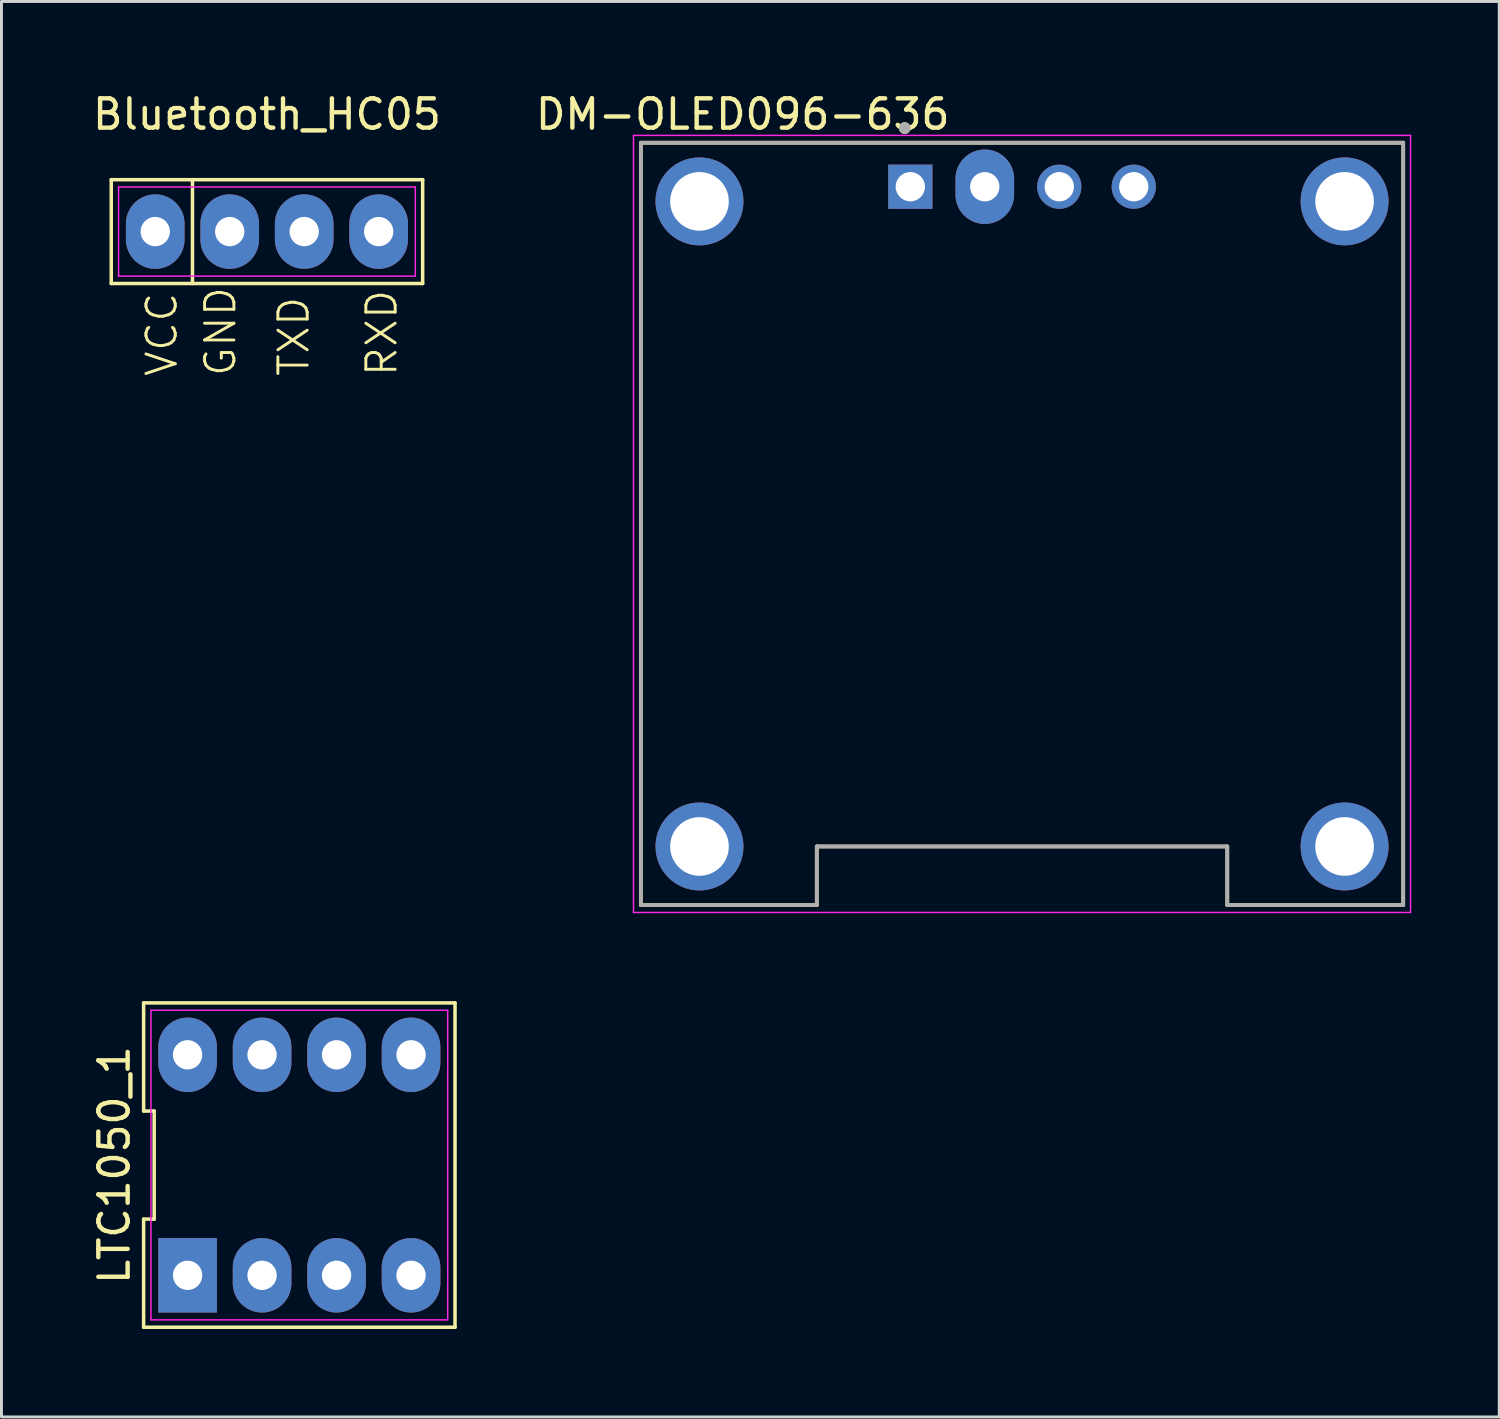
<source format=kicad_pcb>
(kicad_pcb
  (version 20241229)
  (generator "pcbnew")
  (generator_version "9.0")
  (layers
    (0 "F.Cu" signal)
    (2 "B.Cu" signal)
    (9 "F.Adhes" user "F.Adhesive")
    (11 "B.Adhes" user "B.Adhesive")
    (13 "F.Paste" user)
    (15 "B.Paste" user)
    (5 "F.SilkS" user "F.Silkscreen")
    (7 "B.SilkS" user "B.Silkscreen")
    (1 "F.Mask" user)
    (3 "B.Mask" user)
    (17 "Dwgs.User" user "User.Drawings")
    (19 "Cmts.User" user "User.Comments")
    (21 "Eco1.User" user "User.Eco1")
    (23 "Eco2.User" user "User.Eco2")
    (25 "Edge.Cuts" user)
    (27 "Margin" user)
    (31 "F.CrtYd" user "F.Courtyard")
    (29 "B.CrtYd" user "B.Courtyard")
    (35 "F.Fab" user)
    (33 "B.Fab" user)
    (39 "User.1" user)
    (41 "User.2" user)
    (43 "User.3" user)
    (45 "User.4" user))
  (footprint "LTC1050_1"
    (layer "F.Cu")
    (at 7.158 36.683)
    (property "Reference" "LTC1050_1" (at -6.31 0 90) (layer "F.SilkS") (effects (font (size 1 1) (thickness 0.15))))
    (attr through_hole)
    (fp_line (start -5.31 -5.53) (end -5.31 -1.843) (stroke (width 0.12) (type default)) (layer "F.SilkS"))
    (fp_line (start -5.31 -1.843) (end -4.95 -1.843) (stroke (width 0.12) (type default)) (layer "F.SilkS"))
    (fp_line (start -5.31 1.843) (end -5.31 5.53) (stroke (width 0.12) (type default)) (layer "F.SilkS"))
    (fp_line (start -5.31 5.53) (end 5.31 5.53) (stroke (width 0.12) (type default)) (layer "F.SilkS"))
    (fp_line (start -4.95 -1.843) (end -4.95 1.843) (stroke (width 0.12) (type default)) (layer "F.SilkS"))
    (fp_line (start -4.95 1.843) (end -5.31 1.843) (stroke (width 0.12) (type default)) (layer "F.SilkS"))
    (fp_line (start 5.31 -5.53) (end -5.31 -5.53) (stroke (width 0.12) (type default)) (layer "F.SilkS"))
    (fp_line (start 5.31 5.53) (end 5.31 -5.53) (stroke (width 0.12) (type default)) (layer "F.SilkS"))
    (fp_line (start -5.06 -5.28) (end 5.06 -5.28) (stroke (width 0.05) (type default)) (layer "F.CrtYd"))
    (fp_line (start -5.06 5.28) (end -5.06 -5.28) (stroke (width 0.05) (type default)) (layer "F.CrtYd"))
    (fp_line (start 5.06 -5.28) (end 5.06 5.28) (stroke (width 0.05) (type default)) (layer "F.CrtYd"))
    (fp_line (start 5.06 5.28) (end -5.06 5.28) (stroke (width 0.05) (type default)) (layer "F.CrtYd"))
    (pad "1" thru_hole rect (at -3.81 3.76) (size 2 2.54) (drill 1) (layers "*.Cu" "*.Mask"))
    (pad "2" thru_hole oval (at -1.27 3.76) (size 2 2.54) (drill 1) (layers "*.Cu" "*.Mask"))
    (pad "3" thru_hole oval (at 1.27 3.76) (size 2 2.54) (drill 1) (layers "*.Cu" "*.Mask"))
    (pad "4" thru_hole oval (at 3.81 3.76) (size 2 2.54) (drill 1) (layers "*.Cu" "*.Mask"))
    (pad "5" thru_hole oval (at 3.81 -3.76) (size 2 2.54) (drill 1) (layers "*.Cu" "*.Mask"))
    (pad "6" thru_hole oval (at 1.27 -3.76) (size 2 2.54) (drill 1) (layers "*.Cu" "*.Mask"))
    (pad "7" thru_hole oval (at -1.27 -3.76) (size 2 2.54) (drill 1) (layers "*.Cu" "*.Mask"))
    (pad "8" thru_hole oval (at -3.81 -3.76) (size 2 2.54) (drill 1) (layers "*.Cu" "*.Mask")))
  (footprint "DM-OLED096-636"
    (layer "F.Cu")
    (at 31.805 14.818)
    (property "Reference" "DM-OLED096-636" (at -9.525 -13.97 0) (layer "F.SilkS") (effects (font (size 1 1) (thickness 0.15))))
    (attr through_hole)
    (fp_line (start -13 -13) (end 13 -13) (stroke (width 0.127) (type solid)) (layer "F.SilkS"))
    (fp_line (start -13 13) (end -13 -13) (stroke (width 0.127) (type solid)) (layer "F.SilkS"))
    (fp_line (start -7 11) (end -7 13) (stroke (width 0.127) (type solid)) (layer "F.SilkS"))
    (fp_line (start -7 13) (end -13 13) (stroke (width 0.127) (type solid)) (layer "F.SilkS"))
    (fp_line (start 7 11) (end -7 11) (stroke (width 0.127) (type solid)) (layer "F.SilkS"))
    (fp_line (start 7 13) (end 7 11) (stroke (width 0.127) (type solid)) (layer "F.SilkS"))
    (fp_line (start 13 -13) (end 13 13) (stroke (width 0.127) (type solid)) (layer "F.SilkS"))
    (fp_line (start 13 13) (end 7 13) (stroke (width 0.127) (type solid)) (layer "F.SilkS"))
    (fp_circle (center -4 -13.5) (end -3.9 -13.5) (stroke (width 0.2) (type solid)) (fill no) (layer "F.SilkS"))
    (fp_line (start -13.25 -13.25) (end 13.25 -13.25) (stroke (width 0.05) (type solid)) (layer "F.CrtYd"))
    (fp_line (start -13.25 13.25) (end -13.25 -13.25) (stroke (width 0.05) (type solid)) (layer "F.CrtYd"))
    (fp_line (start 13.25 -13.25) (end 13.25 13.25) (stroke (width 0.05) (type solid)) (layer "F.CrtYd"))
    (fp_line (start 13.25 13.25) (end -13.25 13.25) (stroke (width 0.05) (type solid)) (layer "F.CrtYd"))
    (fp_line (start -13 -13) (end 13 -13) (stroke (width 0.127) (type solid)) (layer "F.Fab"))
    (fp_line (start -13 13) (end -13 -13) (stroke (width 0.127) (type solid)) (layer "F.Fab"))
    (fp_line (start -7 11) (end 7 11) (stroke (width 0.127) (type solid)) (layer "F.Fab"))
    (fp_line (start -7 13) (end -13 13) (stroke (width 0.127) (type solid)) (layer "F.Fab"))
    (fp_line (start -7 13) (end -7 11) (stroke (width 0.127) (type solid)) (layer "F.Fab"))
    (fp_line (start 7 11) (end 7 13) (stroke (width 0.127) (type solid)) (layer "F.Fab"))
    (fp_line (start 13 -13) (end 13 13) (stroke (width 0.127) (type solid)) (layer "F.Fab"))
    (fp_line (start 13 13) (end 7 13) (stroke (width 0.127) (type solid)) (layer "F.Fab"))
    (fp_circle (center -4 -13.5) (end -3.9 -13.5) (stroke (width 0.2) (type solid)) (fill no) (layer "F.Fab"))
    (pad "1" thru_hole rect (at -3.81 -11.5) (size 1.508 1.508) (drill 1) (layers "*.Cu" "*.Mask"))
    (pad "2" thru_hole oval (at -1.27 -11.5) (size 2 2.54) (drill 1) (layers "*.Cu" "*.Mask"))
    (pad "3" thru_hole circle (at 1.27 -11.5) (size 1.508 1.508) (drill 1) (layers "*.Cu" "*.Mask"))
    (pad "4" thru_hole circle (at 3.81 -11.5) (size 1.508 1.508) (drill 1) (layers "*.Cu" "*.Mask"))
    (pad "S1" thru_hole circle (at -11 -11) (size 3 3) (drill 2) (layers "*.Cu" "*.Mask"))
    (pad "S2" thru_hole circle (at 11 -11) (size 3 3) (drill 2) (layers "*.Cu" "*.Mask"))
    (pad "S3" thru_hole circle (at 11 11) (size 3 3) (drill 2) (layers "*.Cu" "*.Mask"))
    (pad "S4" thru_hole circle (at -11 11) (size 3 3) (drill 2) (layers "*.Cu" "*.Mask")))
  (footprint "Bluetooth_HC05"
    (layer "F.Cu")
    (at 6.054 4.848)
    (property "Reference" "Bluetooth_HC05" (at 0 -4 0) (layer "F.SilkS") (effects (font (size 1 1) (thickness 0.15))))
    (attr through_hole)
    (fp_line (start -5.31 -1.77) (end 5.31 -1.77) (stroke (width 0.12) (type default)) (layer "F.SilkS"))
    (fp_line (start -5.31 1.77) (end -5.31 -1.77) (stroke (width 0.12) (type default)) (layer "F.SilkS"))
    (fp_line (start -2.54 -1.77) (end -2.54 1.77) (stroke (width 0.12) (type default)) (layer "F.SilkS"))
    (fp_line (start 5.31 -1.77) (end 5.31 1.77) (stroke (width 0.12) (type default)) (layer "F.SilkS"))
    (fp_line (start 5.31 1.77) (end -5.31 1.77) (stroke (width 0.12) (type default)) (layer "F.SilkS"))
    (fp_line (start -5.06 -1.52) (end 5.06 -1.52) (stroke (width 0.05) (type default)) (layer "F.CrtYd"))
    (fp_line (start -5.06 1.52) (end -5.06 -1.52) (stroke (width 0.05) (type default)) (layer "F.CrtYd"))
    (fp_line (start 5.06 -1.52) (end 5.06 1.52) (stroke (width 0.05) (type default)) (layer "F.CrtYd"))
    (fp_line (start 5.06 1.52) (end -5.06 1.52) (stroke (width 0.05) (type default)) (layer "F.CrtYd"))
    (fp_text user "VCC" (at -3 5 90) (unlocked yes) (layer "F.SilkS") (effects (font (size 1 1) (thickness 0.1)) (justify left bottom)))
    (fp_text user "RXD" (at 4.5 5 90) (unlocked yes) (layer "F.SilkS") (effects (font (size 1 1) (thickness 0.1)) (justify left bottom)))
    (fp_text user "TXD" (at 1.5 5 90) (unlocked yes) (layer "F.SilkS") (effects (font (size 1 1) (thickness 0.1)) (justify left bottom)))
    (fp_text user "GND" (at -1 5 90) (unlocked yes) (layer "F.SilkS") (effects (font (size 1 1) (thickness 0.1)) (justify left bottom)))
    (pad "1" thru_hole oval (at -3.81 0) (size 2 2.54) (drill 1) (layers "*.Cu" "*.Mask"))
    (pad "2" thru_hole oval (at -1.27 0) (size 2 2.54) (drill 1) (layers "*.Cu" "*.Mask"))
    (pad "3" thru_hole oval (at 1.27 0) (size 2 2.54) (drill 1) (layers "*.Cu" "*.Mask"))
    (pad "4" thru_hole oval (at 3.81 0) (size 2 2.54) (drill 1) (layers "*.Cu" "*.Mask")))
  (gr_rect
    (start -3 -3)
    (end 48.08 45.273)
    (stroke (width 0.1) (type default))
    (fill no)
    (layer "Edge.Cuts")))
</source>
